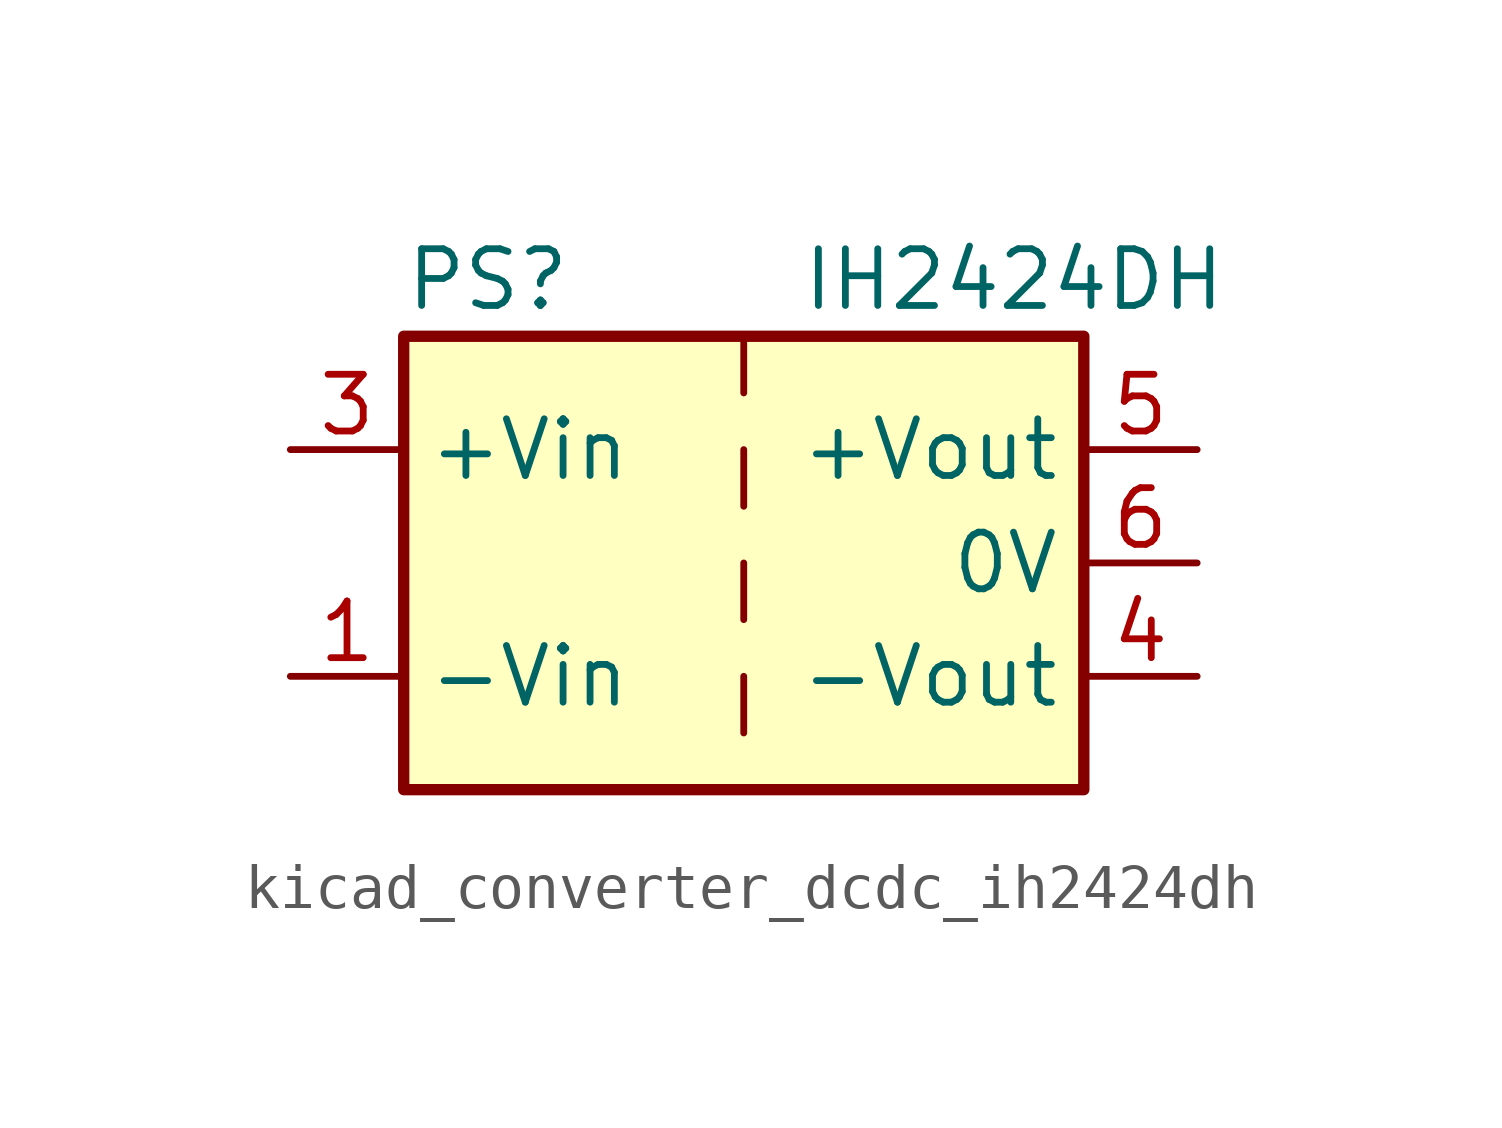
<source format=kicad_sym>
(kicad_symbol_lib
  (version 20220914)
  (generator kicad_symbol_editor)
  (symbol "kicad_converter_dcdc_ih2424dh"
    (property "Reference" "PS"
      (at -7.62 6.35 0)
      (effects (font (size 1.27 1.27)) (justify left)))
    (property "Value" "IH2424DH"
      (at 1.27 6.35 0)
      (effects (font (size 1.27 1.27)) (justify left)))
    (symbol "kicad_converter_dcdc_ih2424dh_0_0"
      (pin power_in line (at -10.16 -2.54 0) (length 2.54) (name "-Vin" (effects (font (size 1.27 1.27)))) (number "1" (effects (font (size 1.27 1.27)))))
      (pin power_in line (at -10.16 2.54 0) (length 2.54) (name "+Vin" (effects (font (size 1.27 1.27)))) (number "3" (effects (font (size 1.27 1.27)))))
      (pin power_out line (at 10.16 -2.54 180) (length 2.54) (name "-Vout" (effects (font (size 1.27 1.27)))) (number "4" (effects (font (size 1.27 1.27)))))
      (pin power_out line (at 10.16 2.54 180) (length 2.54) (name "+Vout" (effects (font (size 1.27 1.27)))) (number "5" (effects (font (size 1.27 1.27)))))
      (pin power_out line (at 10.16 0 180) (length 2.54) (name "0V" (effects (font (size 1.27 1.27)))) (number "6" (effects (font (size 1.27 1.27))))))
    (symbol "kicad_converter_dcdc_ih2424dh_0_1"
      (rectangle (start -7.62 5.08) (end 7.62 -5.08) (stroke (width 0.254) (type default)) (fill (type background)))
      (polyline (pts (xy 0 -2.54) (xy 0 -3.81)) (stroke (width 0) (type default)) (fill (type none)))
      (polyline (pts (xy 0 0) (xy 0 -1.27)) (stroke (width 0) (type default)) (fill (type none)))
      (polyline (pts (xy 0 2.54) (xy 0 1.27)) (stroke (width 0) (type default)) (fill (type none)))
      (polyline (pts (xy 0 5.08) (xy 0 3.81)) (stroke (width 0) (type default)) (fill (type none))))
    (symbol "kicad_converter_dcdc_ih2424dh_1_1"
      (pin no_connect line (at 0 -5.08 90) (length 2.54) hide (name "NC" (effects (font (size 1.27 1.27)))) (number "2" (effects (font (size 1.27 1.27))))))))
</source>
